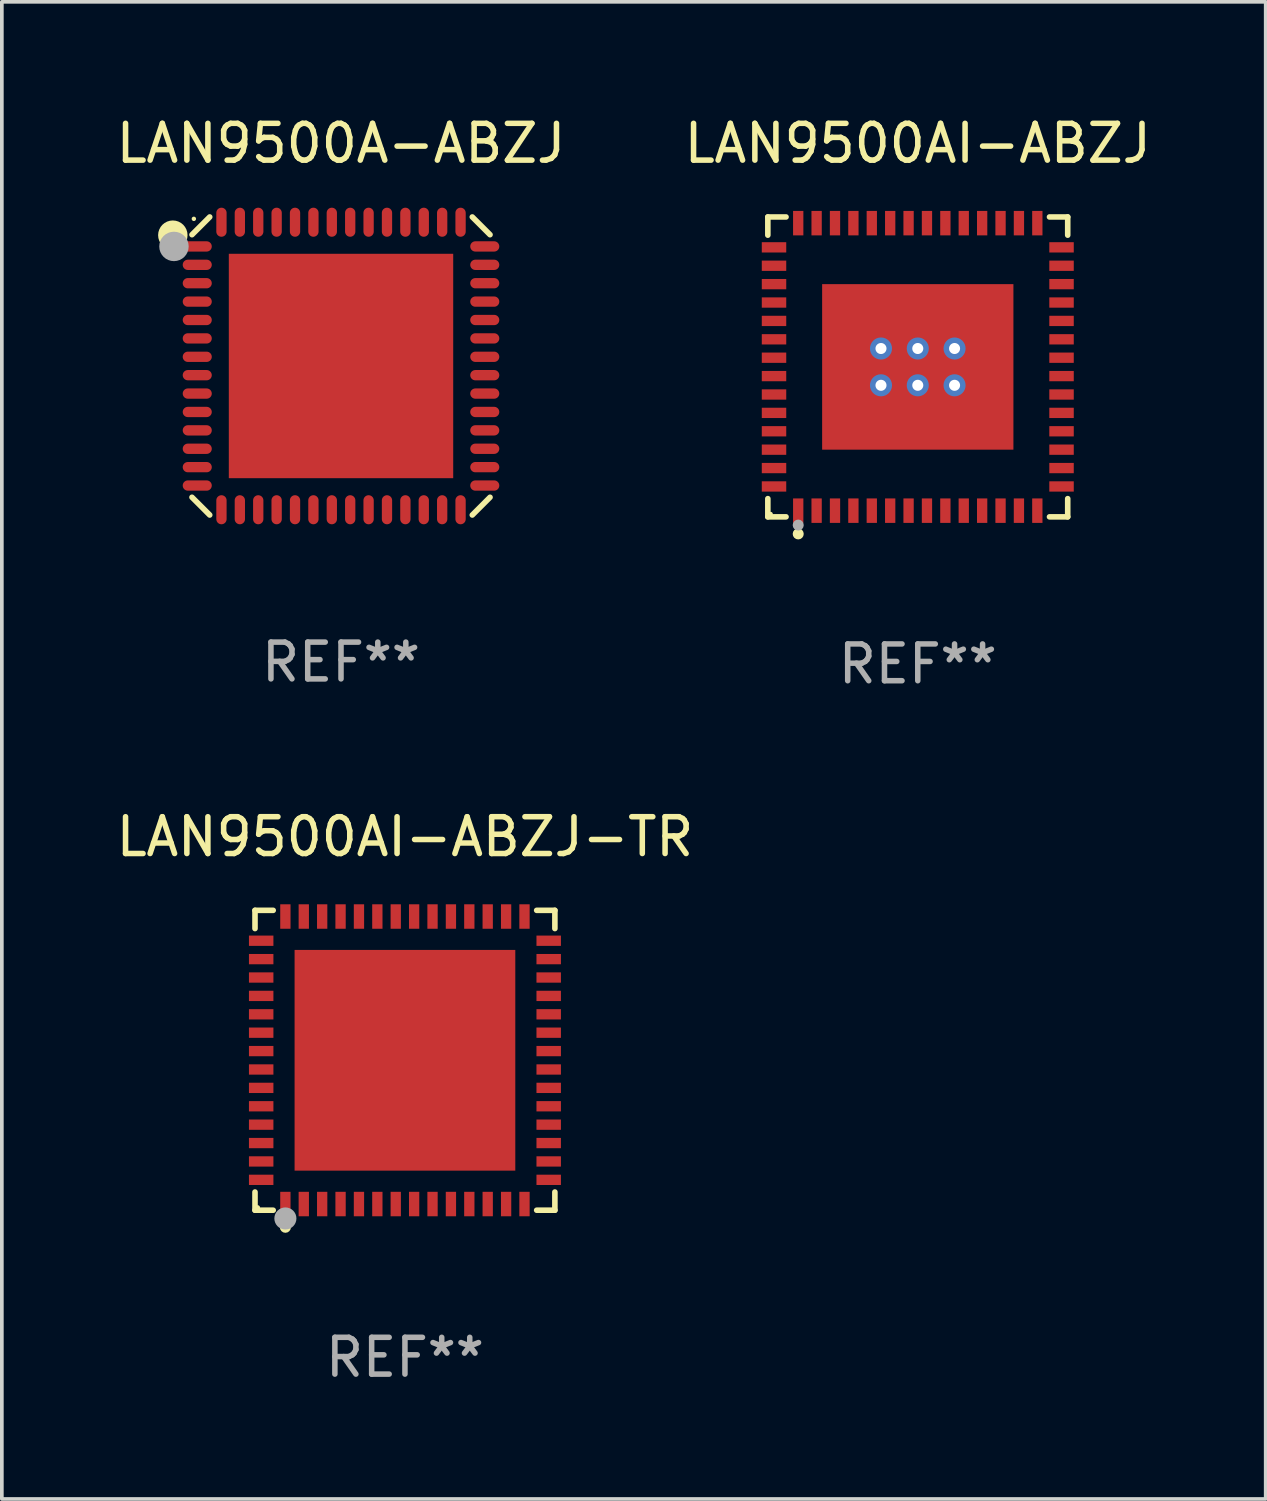
<source format=kicad_pcb>
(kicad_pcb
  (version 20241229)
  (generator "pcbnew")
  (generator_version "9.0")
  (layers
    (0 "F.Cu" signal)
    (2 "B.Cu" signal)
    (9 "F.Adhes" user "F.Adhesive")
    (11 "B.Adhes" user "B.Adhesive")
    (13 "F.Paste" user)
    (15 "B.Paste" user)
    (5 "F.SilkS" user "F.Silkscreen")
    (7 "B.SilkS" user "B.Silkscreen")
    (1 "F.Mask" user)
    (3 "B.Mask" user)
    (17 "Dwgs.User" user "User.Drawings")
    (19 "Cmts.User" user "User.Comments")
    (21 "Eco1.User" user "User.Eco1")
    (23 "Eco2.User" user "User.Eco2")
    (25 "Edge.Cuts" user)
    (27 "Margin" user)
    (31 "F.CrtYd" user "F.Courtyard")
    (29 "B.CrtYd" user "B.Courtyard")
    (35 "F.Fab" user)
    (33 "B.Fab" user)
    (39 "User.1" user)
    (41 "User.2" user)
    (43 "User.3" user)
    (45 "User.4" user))
  (footprint "LAN9500AI-ABZJ-TR"
    (layer "F.Cu")
    (at 7.958 25.773)
    (property "Reference" "LAN9500AI-ABZJ-TR" (at 0 -6.076 0) (layer "F.SilkS") (effects (font (size 1 1) (thickness 0.15))))
    (attr through_hole)
    (fp_line (start -4.076 -4.076) (end -3.581 -4.076) (stroke (width 0.152) (type solid)) (layer "F.SilkS"))
    (fp_line (start -4.076 -3.581) (end -4.076 -4.076) (stroke (width 0.152) (type solid)) (layer "F.SilkS"))
    (fp_line (start -4.076 3.581) (end -4.076 4.076) (stroke (width 0.152) (type solid)) (layer "F.SilkS"))
    (fp_line (start -4.076 4.076) (end -3.581 4.076) (stroke (width 0.152) (type solid)) (layer "F.SilkS"))
    (fp_line (start 4.076 -4.076) (end 3.581 -4.076) (stroke (width 0.152) (type solid)) (layer "F.SilkS"))
    (fp_line (start 4.076 -3.581) (end 4.076 -4.076) (stroke (width 0.152) (type solid)) (layer "F.SilkS"))
    (fp_line (start 4.076 3.581) (end 4.076 4.076) (stroke (width 0.152) (type solid)) (layer "F.SilkS"))
    (fp_line (start 4.076 4.076) (end 3.581 4.076) (stroke (width 0.152) (type solid)) (layer "F.SilkS"))
    (fp_circle (center -4 4) (end -3.97 4) (stroke (width 0.06) (type solid)) (fill no) (layer "F.SilkS"))
    (fp_circle (center -3.25 4.54) (end -3.175 4.54) (stroke (width 0.15) (type solid)) (fill no) (layer "F.SilkS"))
    (fp_circle (center -3.25 4.3) (end -3.1 4.3) (stroke (width 0.3) (type solid)) (fill no) (layer "F.Fab"))
    (fp_text user "REF**" (at 0 8.076 0) (layer "F.Fab") (effects (font (size 1 1) (thickness 0.15))))
    (pad "1" smd rect (at -3.25 3.908) (size 0.28 0.665) (layers "F.Cu" "F.Mask" "F.Paste"))
    (pad "2" smd rect (at -2.75 3.908) (size 0.28 0.665) (layers "F.Cu" "F.Mask" "F.Paste"))
    (pad "3" smd rect (at -2.25 3.908) (size 0.28 0.665) (layers "F.Cu" "F.Mask" "F.Paste"))
    (pad "4" smd rect (at -1.75 3.908) (size 0.28 0.665) (layers "F.Cu" "F.Mask" "F.Paste"))
    (pad "5" smd rect (at -1.25 3.908) (size 0.28 0.665) (layers "F.Cu" "F.Mask" "F.Paste"))
    (pad "6" smd rect (at -0.75 3.908) (size 0.28 0.665) (layers "F.Cu" "F.Mask" "F.Paste"))
    (pad "7" smd rect (at -0.25 3.908) (size 0.28 0.665) (layers "F.Cu" "F.Mask" "F.Paste"))
    (pad "8" smd rect (at 0.25 3.908) (size 0.28 0.665) (layers "F.Cu" "F.Mask" "F.Paste"))
    (pad "9" smd rect (at 0.75 3.908) (size 0.28 0.665) (layers "F.Cu" "F.Mask" "F.Paste"))
    (pad "10" smd rect (at 1.25 3.908) (size 0.28 0.665) (layers "F.Cu" "F.Mask" "F.Paste"))
    (pad "11" smd rect (at 1.75 3.908) (size 0.28 0.665) (layers "F.Cu" "F.Mask" "F.Paste"))
    (pad "12" smd rect (at 2.25 3.908) (size 0.28 0.665) (layers "F.Cu" "F.Mask" "F.Paste"))
    (pad "13" smd rect (at 2.75 3.908) (size 0.28 0.665) (layers "F.Cu" "F.Mask" "F.Paste"))
    (pad "14" smd rect (at 3.25 3.908) (size 0.28 0.665) (layers "F.Cu" "F.Mask" "F.Paste"))
    (pad "15" smd rect (at 3.908 3.25) (size 0.665 0.28) (layers "F.Cu" "F.Mask" "F.Paste"))
    (pad "16" smd rect (at 3.908 2.75) (size 0.665 0.28) (layers "F.Cu" "F.Mask" "F.Paste"))
    (pad "17" smd rect (at 3.908 2.25) (size 0.665 0.28) (layers "F.Cu" "F.Mask" "F.Paste"))
    (pad "18" smd rect (at 3.908 1.75) (size 0.665 0.28) (layers "F.Cu" "F.Mask" "F.Paste"))
    (pad "19" smd rect (at 3.908 1.25) (size 0.665 0.28) (layers "F.Cu" "F.Mask" "F.Paste"))
    (pad "20" smd rect (at 3.908 0.75) (size 0.665 0.28) (layers "F.Cu" "F.Mask" "F.Paste"))
    (pad "21" smd rect (at 3.908 0.25) (size 0.665 0.28) (layers "F.Cu" "F.Mask" "F.Paste"))
    (pad "22" smd rect (at 3.908 -0.25) (size 0.665 0.28) (layers "F.Cu" "F.Mask" "F.Paste"))
    (pad "23" smd rect (at 3.908 -0.75) (size 0.665 0.28) (layers "F.Cu" "F.Mask" "F.Paste"))
    (pad "24" smd rect (at 3.908 -1.25) (size 0.665 0.28) (layers "F.Cu" "F.Mask" "F.Paste"))
    (pad "25" smd rect (at 3.908 -1.75) (size 0.665 0.28) (layers "F.Cu" "F.Mask" "F.Paste"))
    (pad "26" smd rect (at 3.908 -2.25) (size 0.665 0.28) (layers "F.Cu" "F.Mask" "F.Paste"))
    (pad "27" smd rect (at 3.908 -2.75) (size 0.665 0.28) (layers "F.Cu" "F.Mask" "F.Paste"))
    (pad "28" smd rect (at 3.908 -3.25) (size 0.665 0.28) (layers "F.Cu" "F.Mask" "F.Paste"))
    (pad "29" smd rect (at 3.25 -3.908) (size 0.28 0.665) (layers "F.Cu" "F.Mask" "F.Paste"))
    (pad "30" smd rect (at 2.75 -3.908) (size 0.28 0.665) (layers "F.Cu" "F.Mask" "F.Paste"))
    (pad "31" smd rect (at 2.25 -3.908) (size 0.28 0.665) (layers "F.Cu" "F.Mask" "F.Paste"))
    (pad "32" smd rect (at 1.75 -3.908) (size 0.28 0.665) (layers "F.Cu" "F.Mask" "F.Paste"))
    (pad "33" smd rect (at 1.25 -3.908) (size 0.28 0.665) (layers "F.Cu" "F.Mask" "F.Paste"))
    (pad "34" smd rect (at 0.75 -3.908) (size 0.28 0.665) (layers "F.Cu" "F.Mask" "F.Paste"))
    (pad "35" smd rect (at 0.25 -3.908) (size 0.28 0.665) (layers "F.Cu" "F.Mask" "F.Paste"))
    (pad "36" smd rect (at -0.25 -3.908) (size 0.28 0.665) (layers "F.Cu" "F.Mask" "F.Paste"))
    (pad "37" smd rect (at -0.75 -3.908) (size 0.28 0.665) (layers "F.Cu" "F.Mask" "F.Paste"))
    (pad "38" smd rect (at -1.25 -3.908) (size 0.28 0.665) (layers "F.Cu" "F.Mask" "F.Paste"))
    (pad "39" smd rect (at -1.75 -3.908) (size 0.28 0.665) (layers "F.Cu" "F.Mask" "F.Paste"))
    (pad "40" smd rect (at -2.25 -3.908) (size 0.28 0.665) (layers "F.Cu" "F.Mask" "F.Paste"))
    (pad "41" smd rect (at -2.75 -3.908) (size 0.28 0.665) (layers "F.Cu" "F.Mask" "F.Paste"))
    (pad "42" smd rect (at -3.25 -3.908) (size 0.28 0.665) (layers "F.Cu" "F.Mask" "F.Paste"))
    (pad "43" smd rect (at -3.908 -3.25) (size 0.665 0.28) (layers "F.Cu" "F.Mask" "F.Paste"))
    (pad "44" smd rect (at -3.908 -2.75) (size 0.665 0.28) (layers "F.Cu" "F.Mask" "F.Paste"))
    (pad "45" smd rect (at -3.908 -2.25) (size 0.665 0.28) (layers "F.Cu" "F.Mask" "F.Paste"))
    (pad "46" smd rect (at -3.908 -1.75) (size 0.665 0.28) (layers "F.Cu" "F.Mask" "F.Paste"))
    (pad "47" smd rect (at -3.908 -1.25) (size 0.665 0.28) (layers "F.Cu" "F.Mask" "F.Paste"))
    (pad "48" smd rect (at -3.908 -0.75) (size 0.665 0.28) (layers "F.Cu" "F.Mask" "F.Paste"))
    (pad "49" smd rect (at -3.908 -0.25) (size 0.665 0.28) (layers "F.Cu" "F.Mask" "F.Paste"))
    (pad "50" smd rect (at -3.908 0.25) (size 0.665 0.28) (layers "F.Cu" "F.Mask" "F.Paste"))
    (pad "51" smd rect (at -3.908 0.75) (size 0.665 0.28) (layers "F.Cu" "F.Mask" "F.Paste"))
    (pad "52" smd rect (at -3.908 1.25) (size 0.665 0.28) (layers "F.Cu" "F.Mask" "F.Paste"))
    (pad "53" smd rect (at -3.908 1.75) (size 0.665 0.28) (layers "F.Cu" "F.Mask" "F.Paste"))
    (pad "54" smd rect (at -3.908 2.25) (size 0.665 0.28) (layers "F.Cu" "F.Mask" "F.Paste"))
    (pad "55" smd rect (at -3.908 2.75) (size 0.665 0.28) (layers "F.Cu" "F.Mask" "F.Paste"))
    (pad "56" smd rect (at -3.908 3.25) (size 0.665 0.28) (layers "F.Cu" "F.Mask" "F.Paste"))
    (pad "57" smd rect (at 0 0) (size 6 6) (layers "F.Cu" "F.Mask" "F.Paste")))
  (footprint "LAN9500A-ABZJ"
    (layer "F.Cu")
    (at 6.22 6.899)
    (property "Reference" "LAN9500A-ABZJ" (at 0 -6.051 0) (layer "F.SilkS") (effects (font (size 1 1) (thickness 0.15))))
    (attr through_hole)
    (fp_line (start -4.051 -3.569) (end -3.569 -4.051) (stroke (width 0.152) (type solid)) (layer "F.SilkS"))
    (fp_line (start -3.569 4.051) (end -4.051 3.569) (stroke (width 0.152) (type solid)) (layer "F.SilkS"))
    (fp_line (start 3.569 -4.051) (end 4.051 -3.569) (stroke (width 0.152) (type solid)) (layer "F.SilkS"))
    (fp_line (start 4.051 3.569) (end 3.569 4.051) (stroke (width 0.152) (type solid)) (layer "F.SilkS"))
    (fp_circle (center -4.572 -3.556) (end -4.372 -3.556) (stroke (width 0.4) (type solid)) (fill no) (layer "F.SilkS"))
    (fp_circle (center -4 -4) (end -3.97 -4) (stroke (width 0.06) (type solid)) (fill no) (layer "F.SilkS"))
    (fp_circle (center -4.541 -3.25) (end -4.341 -3.25) (stroke (width 0.4) (type solid)) (fill no) (layer "F.Fab"))
    (fp_text user "REF**" (at 0 8.051 0) (layer "F.Fab") (effects (font (size 1 1) (thickness 0.15))))
    (pad "1" smd oval (at -3.908 -3.25) (size 0.79 0.28) (layers "F.Cu" "F.Mask" "F.Paste"))
    (pad "2" smd oval (at -3.908 -2.75) (size 0.79 0.28) (layers "F.Cu" "F.Mask" "F.Paste"))
    (pad "3" smd oval (at -3.908 -2.25) (size 0.79 0.28) (layers "F.Cu" "F.Mask" "F.Paste"))
    (pad "4" smd oval (at -3.908 -1.75) (size 0.79 0.28) (layers "F.Cu" "F.Mask" "F.Paste"))
    (pad "5" smd oval (at -3.908 -1.25) (size 0.79 0.28) (layers "F.Cu" "F.Mask" "F.Paste"))
    (pad "6" smd oval (at -3.908 -0.75) (size 0.79 0.28) (layers "F.Cu" "F.Mask" "F.Paste"))
    (pad "7" smd oval (at -3.908 -0.25) (size 0.79 0.28) (layers "F.Cu" "F.Mask" "F.Paste"))
    (pad "8" smd oval (at -3.908 0.25) (size 0.79 0.28) (layers "F.Cu" "F.Mask" "F.Paste"))
    (pad "9" smd oval (at -3.908 0.75) (size 0.79 0.28) (layers "F.Cu" "F.Mask" "F.Paste"))
    (pad "10" smd oval (at -3.908 1.25) (size 0.79 0.28) (layers "F.Cu" "F.Mask" "F.Paste"))
    (pad "11" smd oval (at -3.908 1.75) (size 0.79 0.28) (layers "F.Cu" "F.Mask" "F.Paste"))
    (pad "12" smd oval (at -3.908 2.25) (size 0.79 0.28) (layers "F.Cu" "F.Mask" "F.Paste"))
    (pad "13" smd oval (at -3.908 2.75) (size 0.79 0.28) (layers "F.Cu" "F.Mask" "F.Paste"))
    (pad "14" smd oval (at -3.908 3.25) (size 0.79 0.28) (layers "F.Cu" "F.Mask" "F.Paste"))
    (pad "15" smd oval (at -3.25 3.908) (size 0.28 0.79) (layers "F.Cu" "F.Mask" "F.Paste"))
    (pad "16" smd oval (at -2.75 3.908) (size 0.28 0.79) (layers "F.Cu" "F.Mask" "F.Paste"))
    (pad "17" smd oval (at -2.25 3.908) (size 0.28 0.79) (layers "F.Cu" "F.Mask" "F.Paste"))
    (pad "18" smd oval (at -1.75 3.908) (size 0.28 0.79) (layers "F.Cu" "F.Mask" "F.Paste"))
    (pad "19" smd oval (at -1.25 3.908) (size 0.28 0.79) (layers "F.Cu" "F.Mask" "F.Paste"))
    (pad "20" smd oval (at -0.75 3.908) (size 0.28 0.79) (layers "F.Cu" "F.Mask" "F.Paste"))
    (pad "21" smd oval (at -0.25 3.908) (size 0.28 0.79) (layers "F.Cu" "F.Mask" "F.Paste"))
    (pad "22" smd oval (at 0.25 3.908) (size 0.28 0.79) (layers "F.Cu" "F.Mask" "F.Paste"))
    (pad "23" smd oval (at 0.75 3.908) (size 0.28 0.79) (layers "F.Cu" "F.Mask" "F.Paste"))
    (pad "24" smd oval (at 1.25 3.908) (size 0.28 0.79) (layers "F.Cu" "F.Mask" "F.Paste"))
    (pad "25" smd oval (at 1.75 3.908) (size 0.28 0.79) (layers "F.Cu" "F.Mask" "F.Paste"))
    (pad "26" smd oval (at 2.25 3.908) (size 0.28 0.79) (layers "F.Cu" "F.Mask" "F.Paste"))
    (pad "27" smd oval (at 2.75 3.908) (size 0.28 0.79) (layers "F.Cu" "F.Mask" "F.Paste"))
    (pad "28" smd oval (at 3.25 3.908) (size 0.28 0.79) (layers "F.Cu" "F.Mask" "F.Paste"))
    (pad "29" smd oval (at 3.908 3.25) (size 0.79 0.28) (layers "F.Cu" "F.Mask" "F.Paste"))
    (pad "30" smd oval (at 3.908 2.75) (size 0.79 0.28) (layers "F.Cu" "F.Mask" "F.Paste"))
    (pad "31" smd oval (at 3.908 2.25) (size 0.79 0.28) (layers "F.Cu" "F.Mask" "F.Paste"))
    (pad "32" smd oval (at 3.908 1.75) (size 0.79 0.28) (layers "F.Cu" "F.Mask" "F.Paste"))
    (pad "33" smd oval (at 3.908 1.25) (size 0.79 0.28) (layers "F.Cu" "F.Mask" "F.Paste"))
    (pad "34" smd oval (at 3.908 0.75) (size 0.79 0.28) (layers "F.Cu" "F.Mask" "F.Paste"))
    (pad "35" smd oval (at 3.908 0.25) (size 0.79 0.28) (layers "F.Cu" "F.Mask" "F.Paste"))
    (pad "36" smd oval (at 3.908 -0.25) (size 0.79 0.28) (layers "F.Cu" "F.Mask" "F.Paste"))
    (pad "37" smd oval (at 3.908 -0.75) (size 0.79 0.28) (layers "F.Cu" "F.Mask" "F.Paste"))
    (pad "38" smd oval (at 3.908 -1.25) (size 0.79 0.28) (layers "F.Cu" "F.Mask" "F.Paste"))
    (pad "39" smd oval (at 3.908 -1.75) (size 0.79 0.28) (layers "F.Cu" "F.Mask" "F.Paste"))
    (pad "40" smd oval (at 3.908 -2.25) (size 0.79 0.28) (layers "F.Cu" "F.Mask" "F.Paste"))
    (pad "41" smd oval (at 3.908 -2.75) (size 0.79 0.28) (layers "F.Cu" "F.Mask" "F.Paste"))
    (pad "42" smd oval (at 3.908 -3.25) (size 0.79 0.28) (layers "F.Cu" "F.Mask" "F.Paste"))
    (pad "43" smd oval (at 3.25 -3.908) (size 0.28 0.79) (layers "F.Cu" "F.Mask" "F.Paste"))
    (pad "44" smd oval (at 2.75 -3.908) (size 0.28 0.79) (layers "F.Cu" "F.Mask" "F.Paste"))
    (pad "45" smd oval (at 2.25 -3.908) (size 0.28 0.79) (layers "F.Cu" "F.Mask" "F.Paste"))
    (pad "46" smd oval (at 1.75 -3.908) (size 0.28 0.79) (layers "F.Cu" "F.Mask" "F.Paste"))
    (pad "47" smd oval (at 1.25 -3.908) (size 0.28 0.79) (layers "F.Cu" "F.Mask" "F.Paste"))
    (pad "48" smd oval (at 0.75 -3.908) (size 0.28 0.79) (layers "F.Cu" "F.Mask" "F.Paste"))
    (pad "49" smd oval (at 0.25 -3.908) (size 0.28 0.79) (layers "F.Cu" "F.Mask" "F.Paste"))
    (pad "50" smd oval (at -0.25 -3.908) (size 0.28 0.79) (layers "F.Cu" "F.Mask" "F.Paste"))
    (pad "51" smd oval (at -0.75 -3.908) (size 0.28 0.79) (layers "F.Cu" "F.Mask" "F.Paste"))
    (pad "52" smd oval (at -1.25 -3.908) (size 0.28 0.79) (layers "F.Cu" "F.Mask" "F.Paste"))
    (pad "53" smd oval (at -1.75 -3.908) (size 0.28 0.79) (layers "F.Cu" "F.Mask" "F.Paste"))
    (pad "54" smd oval (at -2.25 -3.908) (size 0.28 0.79) (layers "F.Cu" "F.Mask" "F.Paste"))
    (pad "55" smd oval (at -2.75 -3.908) (size 0.28 0.79) (layers "F.Cu" "F.Mask" "F.Paste"))
    (pad "56" smd oval (at -3.25 -3.908) (size 0.28 0.79) (layers "F.Cu" "F.Mask" "F.Paste"))
    (pad "57" smd rect (at 0 0) (size 6.1 6.1) (layers "F.Cu" "F.Mask" "F.Paste")))
  (footprint "LAN9500AI-ABZJ"
    (layer "F.Cu")
    (at 21.899 6.924)
    (property "Reference" "LAN9500AI-ABZJ" (at 0 -6.076 0) (layer "F.SilkS") (effects (font (size 1 1) (thickness 0.15))))
    (attr through_hole)
    (fp_line (start -4.076 -4.076) (end -3.581 -4.076) (stroke (width 0.152) (type solid)) (layer "F.SilkS"))
    (fp_line (start -4.076 -3.581) (end -4.076 -4.076) (stroke (width 0.152) (type solid)) (layer "F.SilkS"))
    (fp_line (start -4.076 3.581) (end -4.076 4.076) (stroke (width 0.152) (type solid)) (layer "F.SilkS"))
    (fp_line (start -4.076 4.076) (end -3.581 4.076) (stroke (width 0.152) (type solid)) (layer "F.SilkS"))
    (fp_line (start 4.076 -4.076) (end 3.581 -4.076) (stroke (width 0.152) (type solid)) (layer "F.SilkS"))
    (fp_line (start 4.076 -3.581) (end 4.076 -4.076) (stroke (width 0.152) (type solid)) (layer "F.SilkS"))
    (fp_line (start 4.076 3.581) (end 4.076 4.076) (stroke (width 0.152) (type solid)) (layer "F.SilkS"))
    (fp_line (start 4.076 4.076) (end 3.581 4.076) (stroke (width 0.152) (type solid)) (layer "F.SilkS"))
    (fp_circle (center -4 4) (end -3.97 4) (stroke (width 0.06) (type solid)) (fill no) (layer "F.SilkS"))
    (fp_circle (center -3.25 4.54) (end -3.175 4.54) (stroke (width 0.15) (type solid)) (fill no) (layer "F.SilkS"))
    (fp_circle (center -3.25 4.3) (end -3.175 4.3) (stroke (width 0.15) (type solid)) (fill no) (layer "F.Fab"))
    (fp_text user "REF**" (at 0 8.076 0) (layer "F.Fab") (effects (font (size 1 1) (thickness 0.15))))
    (pad "1" smd rect (at -3.25 3.908) (size 0.28 0.665) (layers "F.Cu" "F.Mask" "F.Paste"))
    (pad "2" smd rect (at -2.75 3.908) (size 0.28 0.665) (layers "F.Cu" "F.Mask" "F.Paste"))
    (pad "3" smd rect (at -2.25 3.908) (size 0.28 0.665) (layers "F.Cu" "F.Mask" "F.Paste"))
    (pad "4" smd rect (at -1.75 3.908) (size 0.28 0.665) (layers "F.Cu" "F.Mask" "F.Paste"))
    (pad "5" smd rect (at -1.25 3.908) (size 0.28 0.665) (layers "F.Cu" "F.Mask" "F.Paste"))
    (pad "6" smd rect (at -0.75 3.908) (size 0.28 0.665) (layers "F.Cu" "F.Mask" "F.Paste"))
    (pad "7" smd rect (at -0.25 3.908) (size 0.28 0.665) (layers "F.Cu" "F.Mask" "F.Paste"))
    (pad "8" smd rect (at 0.25 3.908) (size 0.28 0.665) (layers "F.Cu" "F.Mask" "F.Paste"))
    (pad "9" smd rect (at 0.75 3.908) (size 0.28 0.665) (layers "F.Cu" "F.Mask" "F.Paste"))
    (pad "10" smd rect (at 1.25 3.908) (size 0.28 0.665) (layers "F.Cu" "F.Mask" "F.Paste"))
    (pad "11" smd rect (at 1.75 3.908) (size 0.28 0.665) (layers "F.Cu" "F.Mask" "F.Paste"))
    (pad "12" smd rect (at 2.25 3.908) (size 0.28 0.665) (layers "F.Cu" "F.Mask" "F.Paste"))
    (pad "13" smd rect (at 2.75 3.908) (size 0.28 0.665) (layers "F.Cu" "F.Mask" "F.Paste"))
    (pad "14" smd rect (at 3.25 3.908) (size 0.28 0.665) (layers "F.Cu" "F.Mask" "F.Paste"))
    (pad "15" smd rect (at 3.908 3.25) (size 0.665 0.28) (layers "F.Cu" "F.Mask" "F.Paste"))
    (pad "16" smd rect (at 3.908 2.75) (size 0.665 0.28) (layers "F.Cu" "F.Mask" "F.Paste"))
    (pad "17" smd rect (at 3.908 2.25) (size 0.665 0.28) (layers "F.Cu" "F.Mask" "F.Paste"))
    (pad "18" smd rect (at 3.908 1.75) (size 0.665 0.28) (layers "F.Cu" "F.Mask" "F.Paste"))
    (pad "19" smd rect (at 3.908 1.25) (size 0.665 0.28) (layers "F.Cu" "F.Mask" "F.Paste"))
    (pad "20" smd rect (at 3.908 0.75) (size 0.665 0.28) (layers "F.Cu" "F.Mask" "F.Paste"))
    (pad "21" smd rect (at 3.908 0.25) (size 0.665 0.28) (layers "F.Cu" "F.Mask" "F.Paste"))
    (pad "22" smd rect (at 3.908 -0.25) (size 0.665 0.28) (layers "F.Cu" "F.Mask" "F.Paste"))
    (pad "23" smd rect (at 3.908 -0.75) (size 0.665 0.28) (layers "F.Cu" "F.Mask" "F.Paste"))
    (pad "24" smd rect (at 3.908 -1.25) (size 0.665 0.28) (layers "F.Cu" "F.Mask" "F.Paste"))
    (pad "25" smd rect (at 3.908 -1.75) (size 0.665 0.28) (layers "F.Cu" "F.Mask" "F.Paste"))
    (pad "26" smd rect (at 3.908 -2.25) (size 0.665 0.28) (layers "F.Cu" "F.Mask" "F.Paste"))
    (pad "27" smd rect (at 3.908 -2.75) (size 0.665 0.28) (layers "F.Cu" "F.Mask" "F.Paste"))
    (pad "28" smd rect (at 3.908 -3.25) (size 0.665 0.28) (layers "F.Cu" "F.Mask" "F.Paste"))
    (pad "29" smd rect (at 3.25 -3.908) (size 0.28 0.665) (layers "F.Cu" "F.Mask" "F.Paste"))
    (pad "30" smd rect (at 2.75 -3.908) (size 0.28 0.665) (layers "F.Cu" "F.Mask" "F.Paste"))
    (pad "31" smd rect (at 2.25 -3.908) (size 0.28 0.665) (layers "F.Cu" "F.Mask" "F.Paste"))
    (pad "32" smd rect (at 1.75 -3.908) (size 0.28 0.665) (layers "F.Cu" "F.Mask" "F.Paste"))
    (pad "33" smd rect (at 1.25 -3.908) (size 0.28 0.665) (layers "F.Cu" "F.Mask" "F.Paste"))
    (pad "34" smd rect (at 0.75 -3.908) (size 0.28 0.665) (layers "F.Cu" "F.Mask" "F.Paste"))
    (pad "35" smd rect (at 0.25 -3.908) (size 0.28 0.665) (layers "F.Cu" "F.Mask" "F.Paste"))
    (pad "36" smd rect (at -0.25 -3.908) (size 0.28 0.665) (layers "F.Cu" "F.Mask" "F.Paste"))
    (pad "37" smd rect (at -0.75 -3.908) (size 0.28 0.665) (layers "F.Cu" "F.Mask" "F.Paste"))
    (pad "38" smd rect (at -1.25 -3.908) (size 0.28 0.665) (layers "F.Cu" "F.Mask" "F.Paste"))
    (pad "39" smd rect (at -1.75 -3.908) (size 0.28 0.665) (layers "F.Cu" "F.Mask" "F.Paste"))
    (pad "40" smd rect (at -2.25 -3.908) (size 0.28 0.665) (layers "F.Cu" "F.Mask" "F.Paste"))
    (pad "41" smd rect (at -2.75 -3.908) (size 0.28 0.665) (layers "F.Cu" "F.Mask" "F.Paste"))
    (pad "42" smd rect (at -3.25 -3.908) (size 0.28 0.665) (layers "F.Cu" "F.Mask" "F.Paste"))
    (pad "43" smd rect (at -3.908 -3.25) (size 0.665 0.28) (layers "F.Cu" "F.Mask" "F.Paste"))
    (pad "44" smd rect (at -3.908 -2.75) (size 0.665 0.28) (layers "F.Cu" "F.Mask" "F.Paste"))
    (pad "45" smd rect (at -3.908 -2.25) (size 0.665 0.28) (layers "F.Cu" "F.Mask" "F.Paste"))
    (pad "46" smd rect (at -3.908 -1.75) (size 0.665 0.28) (layers "F.Cu" "F.Mask" "F.Paste"))
    (pad "47" smd rect (at -3.908 -1.25) (size 0.665 0.28) (layers "F.Cu" "F.Mask" "F.Paste"))
    (pad "48" smd rect (at -3.908 -0.75) (size 0.665 0.28) (layers "F.Cu" "F.Mask" "F.Paste"))
    (pad "49" smd rect (at -3.908 -0.25) (size 0.665 0.28) (layers "F.Cu" "F.Mask" "F.Paste"))
    (pad "50" smd rect (at -3.908 0.25) (size 0.665 0.28) (layers "F.Cu" "F.Mask" "F.Paste"))
    (pad "51" smd rect (at -3.908 0.75) (size 0.665 0.28) (layers "F.Cu" "F.Mask" "F.Paste"))
    (pad "52" smd rect (at -3.908 1.25) (size 0.665 0.28) (layers "F.Cu" "F.Mask" "F.Paste"))
    (pad "53" smd rect (at -3.908 1.75) (size 0.665 0.28) (layers "F.Cu" "F.Mask" "F.Paste"))
    (pad "54" smd rect (at -3.908 2.25) (size 0.665 0.28) (layers "F.Cu" "F.Mask" "F.Paste"))
    (pad "55" smd rect (at -3.908 2.75) (size 0.665 0.28) (layers "F.Cu" "F.Mask" "F.Paste"))
    (pad "56" smd rect (at -3.908 3.25) (size 0.665 0.28) (layers "F.Cu" "F.Mask" "F.Paste"))
    (pad "57" thru_hole circle (at -1 -0.5) (size 0.6 0.6) (drill 0.3) (layers "*.Cu" "*.Mask"))
    (pad "57" thru_hole circle (at -1 0.5) (size 0.6 0.6) (drill 0.3) (layers "*.Cu" "*.Mask"))
    (pad "57" thru_hole circle (at 0 -0.5) (size 0.6 0.6) (drill 0.3) (layers "*.Cu" "*.Mask"))
    (pad "57" smd rect (at 0 0) (size 5.2 4.5) (layers "F.Cu" "F.Mask" "F.Paste"))
    (pad "57" thru_hole circle (at 0 0.5) (size 0.6 0.6) (drill 0.3) (layers "*.Cu" "*.Mask"))
    (pad "57" thru_hole circle (at 1 -0.5) (size 0.6 0.6) (drill 0.3) (layers "*.Cu" "*.Mask"))
    (pad "57" thru_hole circle (at 1 0.5) (size 0.6 0.6) (drill 0.3) (layers "*.Cu" "*.Mask")))
  (gr_rect
    (start -3 -3)
    (end 31.357 37.698)
    (stroke (width 0.1) (type default))
    (fill no)
    (layer "Edge.Cuts")))
</source>
